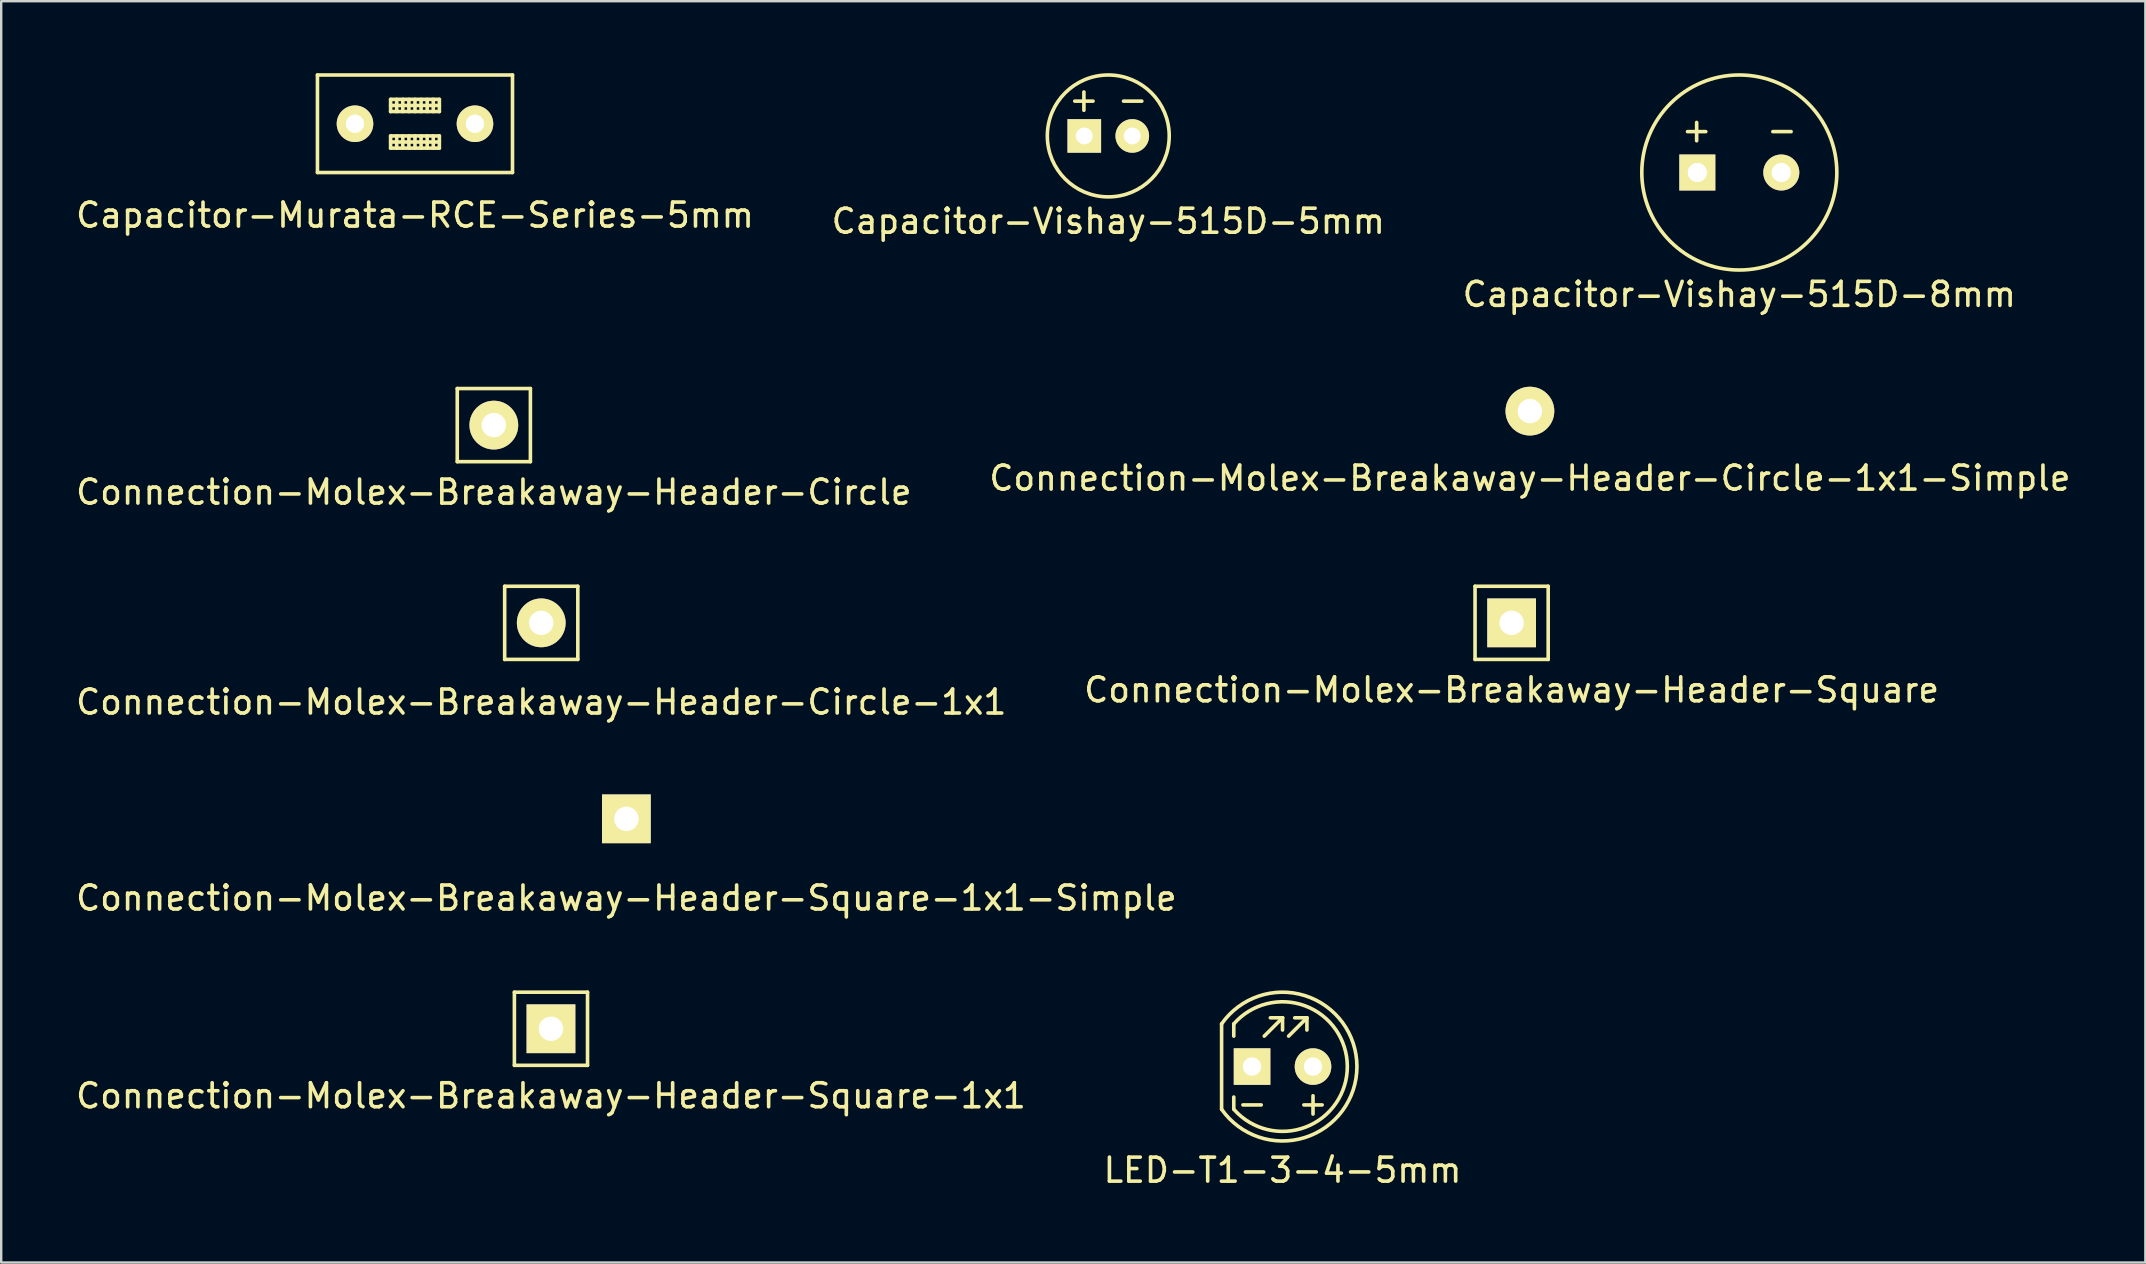
<source format=kicad_pcb>
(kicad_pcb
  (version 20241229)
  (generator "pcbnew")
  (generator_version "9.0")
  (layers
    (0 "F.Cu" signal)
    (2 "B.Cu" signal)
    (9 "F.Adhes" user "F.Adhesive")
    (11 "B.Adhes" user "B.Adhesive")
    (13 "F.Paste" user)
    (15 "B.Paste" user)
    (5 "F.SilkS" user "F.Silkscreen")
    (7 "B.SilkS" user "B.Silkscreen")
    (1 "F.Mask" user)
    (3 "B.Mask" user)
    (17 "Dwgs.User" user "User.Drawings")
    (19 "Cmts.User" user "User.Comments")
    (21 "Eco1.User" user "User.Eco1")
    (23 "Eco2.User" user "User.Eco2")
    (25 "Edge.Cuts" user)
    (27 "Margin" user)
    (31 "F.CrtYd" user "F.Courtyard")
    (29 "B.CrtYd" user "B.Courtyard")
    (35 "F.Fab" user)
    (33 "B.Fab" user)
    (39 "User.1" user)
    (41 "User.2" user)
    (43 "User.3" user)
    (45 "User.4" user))
  (footprint "Connection-Molex-Breakaway-Header-Square"
    (layer "F.Cu")
    (at 59.946 22.907)
    (property "Reference" "Connection-Molex-Breakaway-Header-Square" (at 0 2.794 0) (layer "F.SilkS") (effects (font (size 1 1) (thickness 0.15))))
    (attr through_hole)
    (fp_line (start -1.524 -1.524) (end 1.524 -1.524) (stroke (width 0.15) (type solid)) (layer "F.SilkS"))
    (fp_line (start -1.524 1.524) (end -1.524 -1.524) (stroke (width 0.15) (type solid)) (layer "F.SilkS"))
    (fp_line (start 1.524 -1.524) (end 1.524 1.524) (stroke (width 0.15) (type solid)) (layer "F.SilkS"))
    (fp_line (start 1.524 1.524) (end -1.524 1.524) (stroke (width 0.15) (type solid)) (layer "F.SilkS"))
    (pad "1" thru_hole rect (at 0 0) (size 2.032 2.032) (drill 1.016) (layers "*.Cu" "*.Mask" "F.SilkS")))
  (footprint "Capacitor-Murata-RCE-Series-5mm"
    (layer "F.Cu")
    (at 14.244 2.107)
    (property "Reference" "Capacitor-Murata-RCE-Series-5mm" (at 0 3.81 0) (layer "F.SilkS") (effects (font (size 1 1) (thickness 0.15))))
    (attr through_hole)
    (fp_line (start -4.064 -2.032) (end 4.064 -2.032) (stroke (width 0.15) (type solid)) (layer "F.SilkS"))
    (fp_line (start -4.064 2.032) (end -4.064 -2.032) (stroke (width 0.15) (type solid)) (layer "F.SilkS"))
    (fp_line (start -1.016 -1.016) (end 1.016 -1.016) (stroke (width 0.15) (type solid)) (layer "F.SilkS"))
    (fp_line (start -1.016 -0.508) (end -1.016 -1.016) (stroke (width 0.15) (type solid)) (layer "F.SilkS"))
    (fp_line (start -1.016 0.508) (end -1.016 1.016) (stroke (width 0.15) (type solid)) (layer "F.SilkS"))
    (fp_line (start -1.016 1.016) (end 1.016 1.016) (stroke (width 0.15) (type solid)) (layer "F.SilkS"))
    (fp_line (start -0.762 -0.508) (end -0.762 -1.016) (stroke (width 0.15) (type solid)) (layer "F.SilkS"))
    (fp_line (start -0.762 1.016) (end -0.762 0.508) (stroke (width 0.15) (type solid)) (layer "F.SilkS"))
    (fp_line (start -0.508 -1.016) (end -0.508 -0.508) (stroke (width 0.15) (type solid)) (layer "F.SilkS"))
    (fp_line (start -0.508 1.016) (end -0.508 0.508) (stroke (width 0.15) (type solid)) (layer "F.SilkS"))
    (fp_line (start -0.254 -0.508) (end -0.254 -1.016) (stroke (width 0.15) (type solid)) (layer "F.SilkS"))
    (fp_line (start -0.254 1.016) (end -0.254 0.508) (stroke (width 0.15) (type solid)) (layer "F.SilkS"))
    (fp_line (start 0 -0.508) (end 0 -1.016) (stroke (width 0.15) (type solid)) (layer "F.SilkS"))
    (fp_line (start 0 1.016) (end 0 0.508) (stroke (width 0.15) (type solid)) (layer "F.SilkS"))
    (fp_line (start 0.254 -0.508) (end 0.254 -1.016) (stroke (width 0.15) (type solid)) (layer "F.SilkS"))
    (fp_line (start 0.254 1.016) (end 0.254 0.508) (stroke (width 0.15) (type solid)) (layer "F.SilkS"))
    (fp_line (start 0.508 -0.508) (end 0.508 -1.016) (stroke (width 0.15) (type solid)) (layer "F.SilkS"))
    (fp_line (start 0.508 1.016) (end 0.508 0.508) (stroke (width 0.15) (type solid)) (layer "F.SilkS"))
    (fp_line (start 0.762 -0.508) (end 0.762 -1.016) (stroke (width 0.15) (type solid)) (layer "F.SilkS"))
    (fp_line (start 0.762 1.016) (end 0.762 0.508) (stroke (width 0.15) (type solid)) (layer "F.SilkS"))
    (fp_line (start 1.016 -1.016) (end 1.016 -0.508) (stroke (width 0.15) (type solid)) (layer "F.SilkS"))
    (fp_line (start 1.016 -0.762) (end -1.016 -0.762) (stroke (width 0.15) (type solid)) (layer "F.SilkS"))
    (fp_line (start 1.016 -0.508) (end -1.016 -0.508) (stroke (width 0.15) (type solid)) (layer "F.SilkS"))
    (fp_line (start 1.016 0.508) (end -1.016 0.508) (stroke (width 0.15) (type solid)) (layer "F.SilkS"))
    (fp_line (start 1.016 0.762) (end -1.016 0.762) (stroke (width 0.15) (type solid)) (layer "F.SilkS"))
    (fp_line (start 1.016 1.016) (end 1.016 0.508) (stroke (width 0.15) (type solid)) (layer "F.SilkS"))
    (fp_line (start 4.064 -2.032) (end 4.064 2.032) (stroke (width 0.15) (type solid)) (layer "F.SilkS"))
    (fp_line (start 4.064 2.032) (end -4.064 2.032) (stroke (width 0.15) (type solid)) (layer "F.SilkS"))
    (pad "1" thru_hole circle (at 2.5 0) (size 1.524 1.524) (drill 0.762) (layers "*.Cu" "*.Mask" "F.SilkS"))
    (pad "2" thru_hole circle (at -2.5 0) (size 1.524 1.524) (drill 0.762) (layers "*.Cu" "*.Mask" "F.SilkS")))
  (footprint "Connection-Molex-Breakaway-Header-Square-1x1-Simple"
    (layer "F.Cu")
    (at 23.054 31.074)
    (property "Reference" "Connection-Molex-Breakaway-Header-Square-1x1-Simple" (at 0 3.302 0) (layer "F.SilkS") (effects (font (size 1 1) (thickness 0.15))))
    (attr through_hole)
    (pad "1" thru_hole rect (at 0 0) (size 2.032 2.032) (drill 1.016) (layers "*.Cu" "*.Mask" "F.SilkS")))
  (footprint "Capacitor-Vishay-515D-8mm"
    (layer "F.Cu")
    (at 69.435 4.139)
    (property "Reference" "Capacitor-Vishay-515D-8mm" (at 0 5.08 0) (layer "F.SilkS") (effects (font (size 1 1) (thickness 0.15))))
    (attr through_hole)
    (fp_circle (center 0 0) (end 4.064 0) (stroke (width 0.15) (type solid)) (fill no) (layer "F.SilkS"))
    (fp_text user "-" (at 1.778 -1.778 0) (layer "F.SilkS") (effects (font (size 1 1) (thickness 0.15))))
    (fp_text user "+" (at -1.778 -1.778 0) (layer "F.SilkS") (effects (font (size 1 1) (thickness 0.15))))
    (pad "1" thru_hole rect (at -1.75 0) (size 1.5 1.5) (drill 0.8) (layers "*.Cu" "*.Mask" "F.SilkS"))
    (pad "2" thru_hole circle (at 1.75 0) (size 1.5 1.5) (drill 0.8) (layers "*.Cu" "*.Mask" "F.SilkS")))
  (footprint "Capacitor-Vishay-515D-5mm"
    (layer "F.Cu")
    (at 43.137 2.615)
    (property "Reference" "Capacitor-Vishay-515D-5mm" (at 0 3.556 0) (layer "F.SilkS") (effects (font (size 1 1) (thickness 0.15))))
    (attr through_hole)
    (fp_circle (center 0 0) (end 2.032 -1.524) (stroke (width 0.15) (type solid)) (fill no) (layer "F.SilkS"))
    (fp_text user "-" (at 1.016 -1.524 0) (layer "F.SilkS") (effects (font (size 1 1) (thickness 0.15))))
    (fp_text user "+" (at -1.016 -1.524 0) (layer "F.SilkS") (effects (font (size 1 1) (thickness 0.15))))
    (pad "1" thru_hole rect (at -1 0) (size 1.4 1.4) (drill 0.7) (layers "*.Cu" "*.Mask" "F.SilkS"))
    (pad "2" thru_hole circle (at 1 0) (size 1.4 1.4) (drill 0.7) (layers "*.Cu" "*.Mask" "F.SilkS")))
  (footprint "Connection-Molex-Breakaway-Header-Circle-1x1-Simple"
    (layer "F.Cu")
    (at 60.708 14.083)
    (property "Reference" "Connection-Molex-Breakaway-Header-Circle-1x1-Simple" (at 0 2.794 0) (layer "F.SilkS") (effects (font (size 1 1) (thickness 0.15))))
    (attr through_hole)
    (pad "1" thru_hole circle (at 0 0) (size 2.032 2.032) (drill 1.016) (layers "*.Cu" "*.Mask" "F.SilkS")))
  (footprint "Connection-Molex-Breakaway-Header-Square-1x1"
    (layer "F.Cu")
    (at 19.911 39.823)
    (property "Reference" "Connection-Molex-Breakaway-Header-Square-1x1" (at 0 2.794 0) (layer "F.SilkS") (effects (font (size 1 1) (thickness 0.15))))
    (attr through_hole)
    (fp_line (start -1.524 -1.524) (end 1.524 -1.524) (stroke (width 0.15) (type solid)) (layer "F.SilkS"))
    (fp_line (start -1.524 1.524) (end -1.524 -1.524) (stroke (width 0.15) (type solid)) (layer "F.SilkS"))
    (fp_line (start 1.524 -1.524) (end 1.524 1.524) (stroke (width 0.15) (type solid)) (layer "F.SilkS"))
    (fp_line (start 1.524 1.524) (end -1.524 1.524) (stroke (width 0.15) (type solid)) (layer "F.SilkS"))
    (pad "1" thru_hole rect (at 0 0) (size 2.032 2.032) (drill 1.016) (layers "*.Cu" "*.Mask" "F.SilkS")))
  (footprint "LED-T1-3-4-5mm"
    (layer "F.Cu")
    (at 50.399 41.399)
    (property "Reference" "LED-T1-3-4-5mm" (at 0 4.318 0) (layer "F.SilkS") (effects (font (size 1 1) (thickness 0.15))))
    (attr through_hole)
    (fp_line (start -2.54 -1.778) (end -2.54 1.778) (stroke (width 0.15) (type solid)) (layer "F.SilkS"))
    (fp_line (start -2.032 -1.778) (end -2.032 -1.27) (stroke (width 0.15) (type solid)) (layer "F.SilkS"))
    (fp_line (start -2.032 1.27) (end -2.032 1.778) (stroke (width 0.15) (type solid)) (layer "F.SilkS"))
    (fp_line (start -0.762 -1.27) (end 0 -2.032) (stroke (width 0.15) (type solid)) (layer "F.SilkS"))
    (fp_line (start 0 -2.032) (end -0.508 -2.032) (stroke (width 0.15) (type solid)) (layer "F.SilkS"))
    (fp_line (start 0 -2.032) (end 0 -1.524) (stroke (width 0.15) (type solid)) (layer "F.SilkS"))
    (fp_line (start 0.508 -2.032) (end 1.016 -2.032) (stroke (width 0.15) (type solid)) (layer "F.SilkS"))
    (fp_line (start 1.016 -2.032) (end 0.254 -1.27) (stroke (width 0.15) (type solid)) (layer "F.SilkS"))
    (fp_line (start 1.016 -2.032) (end 1.016 -1.524) (stroke (width 0.15) (type solid)) (layer "F.SilkS"))
    (fp_arc (start -2.54 -1.778) (mid 3.100465 -0.000432) (end -2.539505 1.778707) (stroke (width 0.15) (type solid)) (layer "F.SilkS"))
    (fp_arc (start -2.032 -1.778) (mid 2.700016 -0.0148) (end -2.012386 1.80017) (stroke (width 0.15) (type solid)) (layer "F.SilkS"))
    (fp_text user "+" (at 1.27 1.524 0) (layer "F.SilkS") (effects (font (size 1 1) (thickness 0.15))))
    (fp_text user "-" (at -1.27 1.524 0) (layer "F.SilkS") (effects (font (size 1 1) (thickness 0.15))))
    (pad "1" thru_hole rect (at -1.27 0) (size 1.524 1.524) (drill 0.762) (layers "*.Cu" "*.Mask" "F.SilkS"))
    (pad "2" thru_hole circle (at 1.27 0) (size 1.524 1.524) (drill 0.762) (layers "*.Cu" "*.Mask" "F.SilkS")))
  (footprint "Connection-Molex-Breakaway-Header-Circle-1x1"
    (layer "F.Cu")
    (at 19.506 22.907)
    (property "Reference" "Connection-Molex-Breakaway-Header-Circle-1x1" (at 0 3.302 0) (layer "F.SilkS") (effects (font (size 1 1) (thickness 0.15))))
    (attr through_hole)
    (fp_line (start -1.524 -1.524) (end 1.524 -1.524) (stroke (width 0.15) (type solid)) (layer "F.SilkS"))
    (fp_line (start -1.524 1.524) (end -1.524 -1.524) (stroke (width 0.15) (type solid)) (layer "F.SilkS"))
    (fp_line (start 1.524 -1.524) (end 1.524 1.524) (stroke (width 0.15) (type solid)) (layer "F.SilkS"))
    (fp_line (start 1.524 1.524) (end -1.524 1.524) (stroke (width 0.15) (type solid)) (layer "F.SilkS"))
    (pad "1" thru_hole circle (at 0 0) (size 2.032 2.032) (drill 1.016) (layers "*.Cu" "*.Mask" "F.SilkS")))
  (footprint "Connection-Molex-Breakaway-Header-Circle"
    (layer "F.Cu")
    (at 17.53 14.666)
    (property "Reference" "Connection-Molex-Breakaway-Header-Circle" (at 0 2.794 0) (layer "F.SilkS") (effects (font (size 1 1) (thickness 0.15))))
    (attr through_hole)
    (fp_line (start -1.524 -1.524) (end 1.524 -1.524) (stroke (width 0.15) (type solid)) (layer "F.SilkS"))
    (fp_line (start -1.524 1.524) (end -1.524 -1.524) (stroke (width 0.15) (type solid)) (layer "F.SilkS"))
    (fp_line (start 1.524 -1.524) (end 1.524 1.524) (stroke (width 0.15) (type solid)) (layer "F.SilkS"))
    (fp_line (start 1.524 1.524) (end -1.524 1.524) (stroke (width 0.15) (type solid)) (layer "F.SilkS"))
    (pad "1" thru_hole circle (at 0 0) (size 2.032 2.032) (drill 1.016) (layers "*.Cu" "*.Mask" "F.SilkS")))
  (gr_rect
    (start -3 -3)
    (end 86.357 49.566)
    (stroke (width 0.1) (type default))
    (fill no)
    (layer "Edge.Cuts")))
</source>
